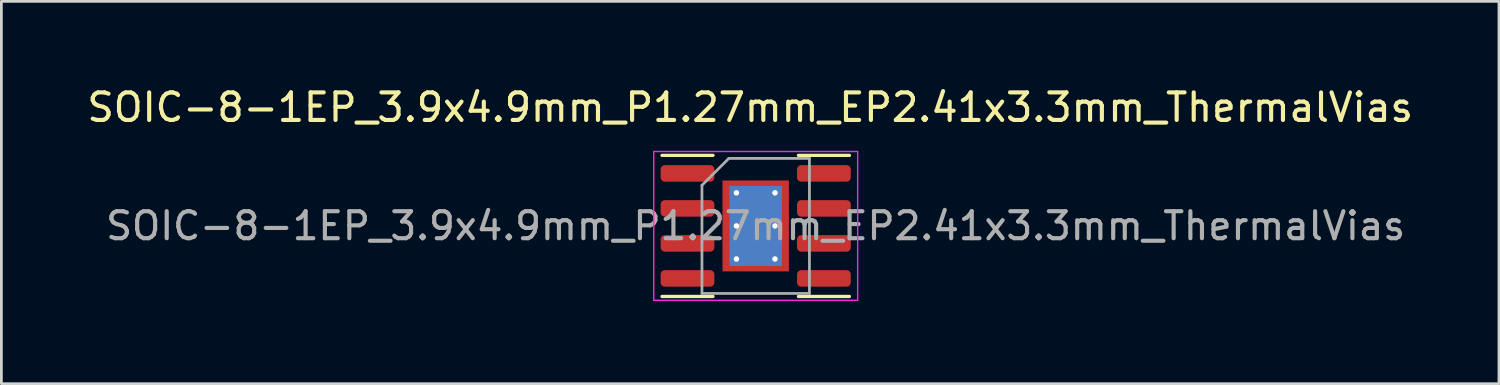
<source format=kicad_pcb>
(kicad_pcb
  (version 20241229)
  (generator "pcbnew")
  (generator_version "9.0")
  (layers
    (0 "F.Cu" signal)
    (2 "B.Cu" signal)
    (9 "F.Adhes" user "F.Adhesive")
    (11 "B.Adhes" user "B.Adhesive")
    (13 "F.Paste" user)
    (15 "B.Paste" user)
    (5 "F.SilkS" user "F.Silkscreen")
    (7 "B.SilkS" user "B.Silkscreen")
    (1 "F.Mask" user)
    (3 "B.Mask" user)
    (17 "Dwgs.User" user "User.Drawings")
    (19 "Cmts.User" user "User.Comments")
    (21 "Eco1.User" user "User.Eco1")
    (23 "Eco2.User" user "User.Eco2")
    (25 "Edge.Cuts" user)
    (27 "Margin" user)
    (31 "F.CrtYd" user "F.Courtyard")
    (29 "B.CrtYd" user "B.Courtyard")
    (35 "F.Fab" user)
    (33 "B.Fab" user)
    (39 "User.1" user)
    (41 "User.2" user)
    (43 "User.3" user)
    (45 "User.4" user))
  (footprint "SOIC-8-1EP_3.9x4.9mm_P1.27mm_EP2.41x3.3mm_ThermalVias"
    (layer "F.Cu")
    (at 24.373 5.148)
    (property "Reference" "SOIC-8-1EP_3.9x4.9mm_P1.27mm_EP2.41x3.3mm_ThermalVias" (at -0.2 -4.3 0) (layer "F.SilkS") (effects (font (size 1 1) (thickness 0.15))))
    (attr smd)
    (fp_line (start -1.55 -2.56) (end -3.4 -2.56) (stroke (width 0.12) (type solid)) (layer "F.SilkS"))
    (fp_line (start -1.55 2.56) (end -3.4 2.56) (stroke (width 0.12) (type solid)) (layer "F.SilkS"))
    (fp_line (start 1.55 -2.56) (end 3.4 -2.56) (stroke (width 0.12) (type solid)) (layer "F.SilkS"))
    (fp_line (start 1.55 2.56) (end 3.4 2.56) (stroke (width 0.12) (type solid)) (layer "F.SilkS"))
    (fp_line (start -3.7 -2.7) (end -3.7 2.7) (stroke (width 0.05) (type solid)) (layer "F.CrtYd"))
    (fp_line (start -3.7 2.7) (end 3.7 2.7) (stroke (width 0.05) (type solid)) (layer "F.CrtYd"))
    (fp_line (start 3.7 -2.7) (end -3.7 -2.7) (stroke (width 0.05) (type solid)) (layer "F.CrtYd"))
    (fp_line (start 3.7 2.7) (end 3.7 -2.7) (stroke (width 0.05) (type solid)) (layer "F.CrtYd"))
    (fp_line (start -1.95 -1.475) (end -0.975 -2.45) (stroke (width 0.1) (type solid)) (layer "F.Fab"))
    (fp_line (start -1.95 2.45) (end -1.95 -1.475) (stroke (width 0.1) (type solid)) (layer "F.Fab"))
    (fp_line (start -0.975 -2.45) (end 1.95 -2.45) (stroke (width 0.1) (type solid)) (layer "F.Fab"))
    (fp_line (start 1.95 -2.45) (end 1.95 2.45) (stroke (width 0.1) (type solid)) (layer "F.Fab"))
    (fp_line (start 1.95 2.45) (end -1.95 2.45) (stroke (width 0.1) (type solid)) (layer "F.Fab"))
    (fp_text user "${REFERENCE}" (at 0 0 0) (layer "F.Fab") (effects (font (size 0.98 0.98) (thickness 0.15))))
    (pad "" smd roundrect (at -0.6 -0.825) (size 1.01 1.38) (layers "F.Paste") (roundrect_rratio 0.248))
    (pad "" smd roundrect (at -0.6 0.825) (size 1.01 1.38) (layers "F.Paste") (roundrect_rratio 0.248))
    (pad "" smd roundrect (at 0.6 -0.825) (size 1.01 1.38) (layers "F.Paste") (roundrect_rratio 0.248))
    (pad "" smd roundrect (at 0.6 0.825) (size 1.01 1.38) (layers "F.Paste") (roundrect_rratio 0.248))
    (pad "1" smd roundrect (at -2.475 -1.905) (size 1.95 0.6) (layers "F.Cu" "F.Mask" "F.Paste") (roundrect_rratio 0.25))
    (pad "2" smd roundrect (at -2.475 -0.635) (size 1.95 0.6) (layers "F.Cu" "F.Mask" "F.Paste") (roundrect_rratio 0.25))
    (pad "3" smd roundrect (at -2.475 0.635) (size 1.95 0.6) (layers "F.Cu" "F.Mask" "F.Paste") (roundrect_rratio 0.25))
    (pad "4" smd roundrect (at -2.475 1.905) (size 1.95 0.6) (layers "F.Cu" "F.Mask" "F.Paste") (roundrect_rratio 0.25))
    (pad "5" smd roundrect (at 2.475 1.905) (size 1.95 0.6) (layers "F.Cu" "F.Mask" "F.Paste") (roundrect_rratio 0.25))
    (pad "6" smd roundrect (at 2.475 0.635) (size 1.95 0.6) (layers "F.Cu" "F.Mask" "F.Paste") (roundrect_rratio 0.25))
    (pad "7" smd roundrect (at 2.475 -0.635) (size 1.95 0.6) (layers "F.Cu" "F.Mask" "F.Paste") (roundrect_rratio 0.25))
    (pad "8" smd roundrect (at 2.475 -1.905) (size 1.95 0.6) (layers "F.Cu" "F.Mask" "F.Paste") (roundrect_rratio 0.25))
    (pad "9" thru_hole circle (at -0.7 -1.2) (size 0.5 0.5) (drill 0.2) (layers "*.Cu"))
    (pad "9" thru_hole circle (at -0.7 0) (size 0.5 0.5) (drill 0.2) (layers "*.Cu"))
    (pad "9" thru_hole circle (at -0.7 1.2) (size 0.5 0.5) (drill 0.2) (layers "*.Cu"))
    (pad "9" smd rect (at 0 0) (size 1.9 2.9) (layers "B.Cu"))
    (pad "9" smd rect (at 0 0) (size 2.41 3.3) (layers "F.Cu" "F.Mask"))
    (pad "9" thru_hole circle (at 0.7 -1.2) (size 0.5 0.5) (drill 0.2) (layers "*.Cu"))
    (pad "9" thru_hole circle (at 0.7 0) (size 0.5 0.5) (drill 0.2) (layers "*.Cu"))
    (pad "9" thru_hole circle (at 0.7 1.2) (size 0.5 0.5) (drill 0.2) (layers "*.Cu")))
  (gr_rect
    (start -3 -3)
    (end 51.345 10.873)
    (stroke (width 0.1) (type default))
    (fill no)
    (layer "Edge.Cuts")))
</source>
